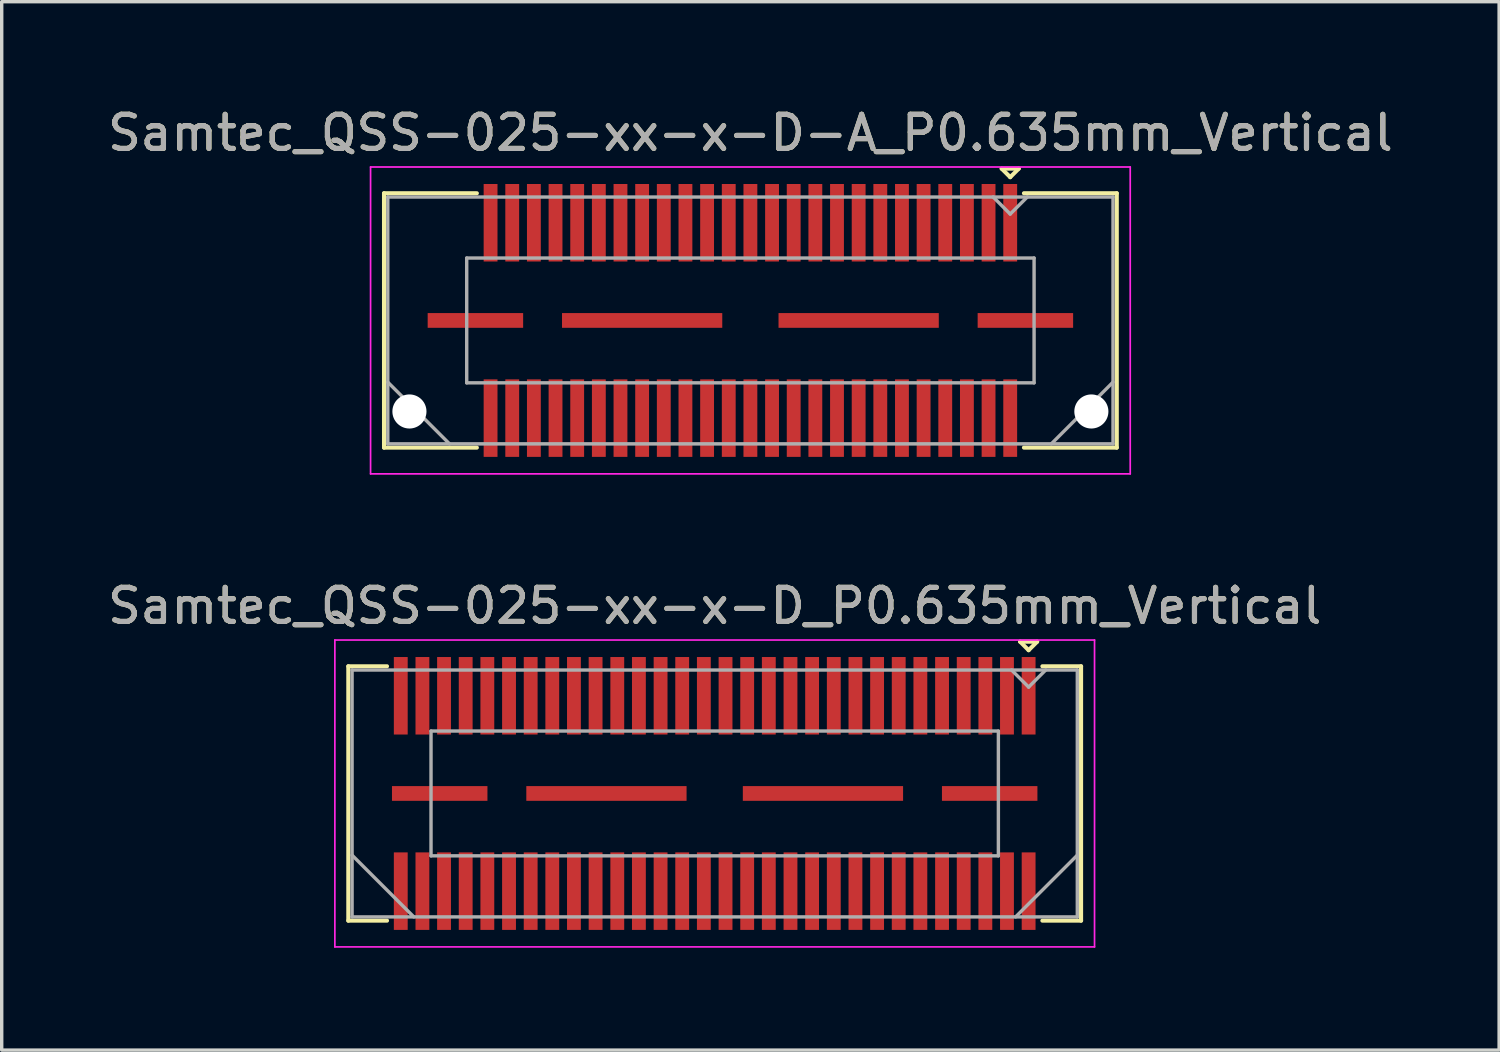
<source format=kicad_pcb>
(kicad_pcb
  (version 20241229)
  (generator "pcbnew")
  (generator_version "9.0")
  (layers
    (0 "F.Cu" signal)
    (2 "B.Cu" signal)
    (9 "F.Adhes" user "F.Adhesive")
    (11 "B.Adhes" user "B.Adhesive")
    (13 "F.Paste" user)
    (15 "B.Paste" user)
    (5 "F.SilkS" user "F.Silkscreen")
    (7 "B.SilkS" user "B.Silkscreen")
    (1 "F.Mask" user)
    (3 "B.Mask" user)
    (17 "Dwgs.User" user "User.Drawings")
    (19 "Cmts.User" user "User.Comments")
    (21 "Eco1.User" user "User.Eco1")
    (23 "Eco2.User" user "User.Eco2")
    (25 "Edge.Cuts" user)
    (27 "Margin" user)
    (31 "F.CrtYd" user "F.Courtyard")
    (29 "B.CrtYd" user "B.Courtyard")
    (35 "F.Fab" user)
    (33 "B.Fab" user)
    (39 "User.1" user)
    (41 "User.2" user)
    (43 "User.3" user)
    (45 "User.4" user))
  (footprint "Samtec_QSS-025-xx-x-D_P0.635mm_Vertical"
    (layer "F.Cu")
    (at 17.911 20.221)
    (property "Reference" "Samtec_QSS-025-xx-x-D_P0.635mm_Vertical" (at 0 -5.5 0) (layer "F.SilkS") (effects (font (size 1 1) (thickness 0.15))))
    (attr smd)
    (fp_line (start -10.745 -3.73) (end -9.611 -3.73) (stroke (width 0.12) (type solid)) (layer "F.SilkS"))
    (fp_line (start -10.745 3.73) (end -10.745 -3.73) (stroke (width 0.12) (type solid)) (layer "F.SilkS"))
    (fp_line (start -9.611 3.73) (end -10.745 3.73) (stroke (width 0.12) (type solid)) (layer "F.SilkS"))
    (fp_line (start 8.957 -4.452) (end 9.457 -4.452) (stroke (width 0.12) (type solid)) (layer "F.SilkS"))
    (fp_line (start 9.207 -4.202) (end 8.957 -4.452) (stroke (width 0.12) (type solid)) (layer "F.SilkS"))
    (fp_line (start 9.457 -4.452) (end 9.207 -4.202) (stroke (width 0.12) (type solid)) (layer "F.SilkS"))
    (fp_line (start 9.611 3.73) (end 10.745 3.73) (stroke (width 0.12) (type solid)) (layer "F.SilkS"))
    (fp_line (start 10.745 -3.73) (end 9.611 -3.73) (stroke (width 0.12) (type solid)) (layer "F.SilkS"))
    (fp_line (start 10.745 3.73) (end 10.745 -3.73) (stroke (width 0.12) (type solid)) (layer "F.SilkS"))
    (fp_line (start -11.14 -4.5) (end -11.14 4.5) (stroke (width 0.05) (type solid)) (layer "F.CrtYd"))
    (fp_line (start -11.14 4.5) (end 11.14 4.5) (stroke (width 0.05) (type solid)) (layer "F.CrtYd"))
    (fp_line (start 11.14 -4.5) (end -11.14 -4.5) (stroke (width 0.05) (type solid)) (layer "F.CrtYd"))
    (fp_line (start 11.14 4.5) (end 11.14 -4.5) (stroke (width 0.05) (type solid)) (layer "F.CrtYd"))
    (fp_line (start -10.635 -3.62) (end -10.635 3.62) (stroke (width 0.1) (type solid)) (layer "F.Fab"))
    (fp_line (start -10.635 1.81) (end -8.825 3.62) (stroke (width 0.1) (type solid)) (layer "F.Fab"))
    (fp_line (start -10.635 3.62) (end 10.635 3.62) (stroke (width 0.1) (type solid)) (layer "F.Fab"))
    (fp_line (start -8.32 -1.83) (end -8.32 1.83) (stroke (width 0.1) (type solid)) (layer "F.Fab"))
    (fp_line (start -8.32 1.83) (end 8.32 1.83) (stroke (width 0.1) (type solid)) (layer "F.Fab"))
    (fp_line (start 8.32 -1.83) (end -8.32 -1.83) (stroke (width 0.1) (type solid)) (layer "F.Fab"))
    (fp_line (start 8.32 1.83) (end 8.32 -1.83) (stroke (width 0.1) (type solid)) (layer "F.Fab"))
    (fp_line (start 9.207 -3.12) (end 8.707 -3.62) (stroke (width 0.1) (type solid)) (layer "F.Fab"))
    (fp_line (start 9.707 -3.62) (end 9.207 -3.12) (stroke (width 0.1) (type solid)) (layer "F.Fab"))
    (fp_line (start 10.635 -3.62) (end -10.635 -3.62) (stroke (width 0.1) (type solid)) (layer "F.Fab"))
    (fp_line (start 10.635 1.81) (end 8.825 3.62) (stroke (width 0.1) (type solid)) (layer "F.Fab"))
    (fp_line (start 10.635 3.62) (end 10.635 -3.62) (stroke (width 0.1) (type solid)) (layer "F.Fab"))
    (fp_text user "${REFERENCE}" (at 0 -5.5 0) (layer "F.Fab") (effects (font (size 1 1) (thickness 0.15))))
    (pad "1" smd rect (at 9.207 -2.865) (size 0.406 2.273) (layers "F.Cu" "F.Mask" "F.Paste"))
    (pad "2" smd rect (at 9.207 2.865) (size 0.406 2.273) (layers "F.Cu" "F.Mask" "F.Paste"))
    (pad "3" smd rect (at 8.572 -2.865) (size 0.406 2.273) (layers "F.Cu" "F.Mask" "F.Paste"))
    (pad "4" smd rect (at 8.572 2.865) (size 0.406 2.273) (layers "F.Cu" "F.Mask" "F.Paste"))
    (pad "5" smd rect (at 7.938 -2.865) (size 0.406 2.273) (layers "F.Cu" "F.Mask" "F.Paste"))
    (pad "6" smd rect (at 7.938 2.865) (size 0.406 2.273) (layers "F.Cu" "F.Mask" "F.Paste"))
    (pad "7" smd rect (at 7.303 -2.865) (size 0.406 2.273) (layers "F.Cu" "F.Mask" "F.Paste"))
    (pad "8" smd rect (at 7.303 2.865) (size 0.406 2.273) (layers "F.Cu" "F.Mask" "F.Paste"))
    (pad "9" smd rect (at 6.668 -2.865) (size 0.406 2.273) (layers "F.Cu" "F.Mask" "F.Paste"))
    (pad "10" smd rect (at 6.668 2.865) (size 0.406 2.273) (layers "F.Cu" "F.Mask" "F.Paste"))
    (pad "11" smd rect (at 6.032 -2.865) (size 0.406 2.273) (layers "F.Cu" "F.Mask" "F.Paste"))
    (pad "12" smd rect (at 6.032 2.865) (size 0.406 2.273) (layers "F.Cu" "F.Mask" "F.Paste"))
    (pad "13" smd rect (at 5.397 -2.865) (size 0.406 2.273) (layers "F.Cu" "F.Mask" "F.Paste"))
    (pad "14" smd rect (at 5.397 2.865) (size 0.406 2.273) (layers "F.Cu" "F.Mask" "F.Paste"))
    (pad "15" smd rect (at 4.763 -2.865) (size 0.406 2.273) (layers "F.Cu" "F.Mask" "F.Paste"))
    (pad "16" smd rect (at 4.763 2.865) (size 0.406 2.273) (layers "F.Cu" "F.Mask" "F.Paste"))
    (pad "17" smd rect (at 4.128 -2.865) (size 0.406 2.273) (layers "F.Cu" "F.Mask" "F.Paste"))
    (pad "18" smd rect (at 4.128 2.865) (size 0.406 2.273) (layers "F.Cu" "F.Mask" "F.Paste"))
    (pad "19" smd rect (at 3.493 -2.865) (size 0.406 2.273) (layers "F.Cu" "F.Mask" "F.Paste"))
    (pad "20" smd rect (at 3.493 2.865) (size 0.406 2.273) (layers "F.Cu" "F.Mask" "F.Paste"))
    (pad "21" smd rect (at 2.857 -2.865) (size 0.406 2.273) (layers "F.Cu" "F.Mask" "F.Paste"))
    (pad "22" smd rect (at 2.857 2.865) (size 0.406 2.273) (layers "F.Cu" "F.Mask" "F.Paste"))
    (pad "23" smd rect (at 2.223 -2.865) (size 0.406 2.273) (layers "F.Cu" "F.Mask" "F.Paste"))
    (pad "24" smd rect (at 2.223 2.865) (size 0.406 2.273) (layers "F.Cu" "F.Mask" "F.Paste"))
    (pad "25" smd rect (at 1.587 -2.865) (size 0.406 2.273) (layers "F.Cu" "F.Mask" "F.Paste"))
    (pad "26" smd rect (at 1.587 2.865) (size 0.406 2.273) (layers "F.Cu" "F.Mask" "F.Paste"))
    (pad "27" smd rect (at 0.953 -2.865) (size 0.406 2.273) (layers "F.Cu" "F.Mask" "F.Paste"))
    (pad "28" smd rect (at 0.953 2.865) (size 0.406 2.273) (layers "F.Cu" "F.Mask" "F.Paste"))
    (pad "29" smd rect (at 0.318 -2.865) (size 0.406 2.273) (layers "F.Cu" "F.Mask" "F.Paste"))
    (pad "30" smd rect (at 0.318 2.865) (size 0.406 2.273) (layers "F.Cu" "F.Mask" "F.Paste"))
    (pad "31" smd rect (at -0.318 -2.865) (size 0.406 2.273) (layers "F.Cu" "F.Mask" "F.Paste"))
    (pad "32" smd rect (at -0.318 2.865) (size 0.406 2.273) (layers "F.Cu" "F.Mask" "F.Paste"))
    (pad "33" smd rect (at -0.953 -2.865) (size 0.406 2.273) (layers "F.Cu" "F.Mask" "F.Paste"))
    (pad "34" smd rect (at -0.953 2.865) (size 0.406 2.273) (layers "F.Cu" "F.Mask" "F.Paste"))
    (pad "35" smd rect (at -1.587 -2.865) (size 0.406 2.273) (layers "F.Cu" "F.Mask" "F.Paste"))
    (pad "36" smd rect (at -1.587 2.865) (size 0.406 2.273) (layers "F.Cu" "F.Mask" "F.Paste"))
    (pad "37" smd rect (at -2.223 -2.865) (size 0.406 2.273) (layers "F.Cu" "F.Mask" "F.Paste"))
    (pad "38" smd rect (at -2.223 2.865) (size 0.406 2.273) (layers "F.Cu" "F.Mask" "F.Paste"))
    (pad "39" smd rect (at -2.857 -2.865) (size 0.406 2.273) (layers "F.Cu" "F.Mask" "F.Paste"))
    (pad "40" smd rect (at -2.857 2.865) (size 0.406 2.273) (layers "F.Cu" "F.Mask" "F.Paste"))
    (pad "41" smd rect (at -3.493 -2.865) (size 0.406 2.273) (layers "F.Cu" "F.Mask" "F.Paste"))
    (pad "42" smd rect (at -3.493 2.865) (size 0.406 2.273) (layers "F.Cu" "F.Mask" "F.Paste"))
    (pad "43" smd rect (at -4.128 -2.865) (size 0.406 2.273) (layers "F.Cu" "F.Mask" "F.Paste"))
    (pad "44" smd rect (at -4.128 2.865) (size 0.406 2.273) (layers "F.Cu" "F.Mask" "F.Paste"))
    (pad "45" smd rect (at -4.763 -2.865) (size 0.406 2.273) (layers "F.Cu" "F.Mask" "F.Paste"))
    (pad "46" smd rect (at -4.763 2.865) (size 0.406 2.273) (layers "F.Cu" "F.Mask" "F.Paste"))
    (pad "47" smd rect (at -5.397 -2.865) (size 0.406 2.273) (layers "F.Cu" "F.Mask" "F.Paste"))
    (pad "48" smd rect (at -5.397 2.865) (size 0.406 2.273) (layers "F.Cu" "F.Mask" "F.Paste"))
    (pad "49" smd rect (at -6.032 -2.865) (size 0.406 2.273) (layers "F.Cu" "F.Mask" "F.Paste"))
    (pad "50" smd rect (at -6.032 2.865) (size 0.406 2.273) (layers "F.Cu" "F.Mask" "F.Paste"))
    (pad "51" smd rect (at -6.668 -2.865) (size 0.406 2.273) (layers "F.Cu" "F.Mask" "F.Paste"))
    (pad "52" smd rect (at -6.668 2.865) (size 0.406 2.273) (layers "F.Cu" "F.Mask" "F.Paste"))
    (pad "53" smd rect (at -7.303 -2.865) (size 0.406 2.273) (layers "F.Cu" "F.Mask" "F.Paste"))
    (pad "54" smd rect (at -7.303 2.865) (size 0.406 2.273) (layers "F.Cu" "F.Mask" "F.Paste"))
    (pad "55" smd rect (at -7.938 -2.865) (size 0.406 2.273) (layers "F.Cu" "F.Mask" "F.Paste"))
    (pad "56" smd rect (at -7.938 2.865) (size 0.406 2.273) (layers "F.Cu" "F.Mask" "F.Paste"))
    (pad "57" smd rect (at -8.572 -2.865) (size 0.406 2.273) (layers "F.Cu" "F.Mask" "F.Paste"))
    (pad "58" smd rect (at -8.572 2.865) (size 0.406 2.273) (layers "F.Cu" "F.Mask" "F.Paste"))
    (pad "59" smd rect (at -9.207 -2.865) (size 0.406 2.273) (layers "F.Cu" "F.Mask" "F.Paste"))
    (pad "60" smd rect (at -9.207 2.865) (size 0.406 2.273) (layers "F.Cu" "F.Mask" "F.Paste"))
    (pad "P1" smd rect (at -8.065 0) (size 2.8 0.432) (layers "F.Cu" "F.Mask" "F.Paste"))
    (pad "P1" smd rect (at -3.175 0) (size 4.7 0.432) (layers "F.Cu" "F.Mask" "F.Paste"))
    (pad "P1" smd rect (at 3.175 0) (size 4.7 0.432) (layers "F.Cu" "F.Mask" "F.Paste"))
    (pad "P1" smd rect (at 8.065 0) (size 2.8 0.432) (layers "F.Cu" "F.Mask" "F.Paste")))
  (footprint "Samtec_QSS-025-xx-x-D-A_P0.635mm_Vertical"
    (layer "F.Cu")
    (at 18.958 6.348)
    (property "Reference" "Samtec_QSS-025-xx-x-D-A_P0.635mm_Vertical" (at 0 -5.5 0) (layer "F.SilkS") (effects (font (size 1 1) (thickness 0.15))))
    (attr smd)
    (fp_line (start -10.745 -3.73) (end -8.023 -3.73) (stroke (width 0.12) (type solid)) (layer "F.SilkS"))
    (fp_line (start -10.745 3.73) (end -10.745 -3.73) (stroke (width 0.12) (type solid)) (layer "F.SilkS"))
    (fp_line (start -8.023 3.73) (end -10.745 3.73) (stroke (width 0.12) (type solid)) (layer "F.SilkS"))
    (fp_line (start 7.37 -4.452) (end 7.87 -4.452) (stroke (width 0.12) (type solid)) (layer "F.SilkS"))
    (fp_line (start 7.62 -4.202) (end 7.37 -4.452) (stroke (width 0.12) (type solid)) (layer "F.SilkS"))
    (fp_line (start 7.87 -4.452) (end 7.62 -4.202) (stroke (width 0.12) (type solid)) (layer "F.SilkS"))
    (fp_line (start 8.023 3.73) (end 10.745 3.73) (stroke (width 0.12) (type solid)) (layer "F.SilkS"))
    (fp_line (start 10.745 -3.73) (end 8.023 -3.73) (stroke (width 0.12) (type solid)) (layer "F.SilkS"))
    (fp_line (start 10.745 3.73) (end 10.745 -3.73) (stroke (width 0.12) (type solid)) (layer "F.SilkS"))
    (fp_line (start -11.14 -4.5) (end -11.14 4.5) (stroke (width 0.05) (type solid)) (layer "F.CrtYd"))
    (fp_line (start -11.14 4.5) (end 11.14 4.5) (stroke (width 0.05) (type solid)) (layer "F.CrtYd"))
    (fp_line (start 11.14 -4.5) (end -11.14 -4.5) (stroke (width 0.05) (type solid)) (layer "F.CrtYd"))
    (fp_line (start 11.14 4.5) (end 11.14 -4.5) (stroke (width 0.05) (type solid)) (layer "F.CrtYd"))
    (fp_line (start -10.635 -3.62) (end -10.635 3.62) (stroke (width 0.1) (type solid)) (layer "F.Fab"))
    (fp_line (start -10.635 1.81) (end -8.825 3.62) (stroke (width 0.1) (type solid)) (layer "F.Fab"))
    (fp_line (start -10.635 3.62) (end 10.635 3.62) (stroke (width 0.1) (type solid)) (layer "F.Fab"))
    (fp_line (start -8.32 -1.83) (end -8.32 1.83) (stroke (width 0.1) (type solid)) (layer "F.Fab"))
    (fp_line (start -8.32 1.83) (end 8.32 1.83) (stroke (width 0.1) (type solid)) (layer "F.Fab"))
    (fp_line (start 7.62 -3.12) (end 7.12 -3.62) (stroke (width 0.1) (type solid)) (layer "F.Fab"))
    (fp_line (start 8.12 -3.62) (end 7.62 -3.12) (stroke (width 0.1) (type solid)) (layer "F.Fab"))
    (fp_line (start 8.32 -1.83) (end -8.32 -1.83) (stroke (width 0.1) (type solid)) (layer "F.Fab"))
    (fp_line (start 8.32 1.83) (end 8.32 -1.83) (stroke (width 0.1) (type solid)) (layer "F.Fab"))
    (fp_line (start 10.635 -3.62) (end -10.635 -3.62) (stroke (width 0.1) (type solid)) (layer "F.Fab"))
    (fp_line (start 10.635 1.81) (end 8.825 3.62) (stroke (width 0.1) (type solid)) (layer "F.Fab"))
    (fp_line (start 10.635 3.62) (end 10.635 -3.62) (stroke (width 0.1) (type solid)) (layer "F.Fab"))
    (fp_text user "${REFERENCE}" (at 0 -5.5 0) (layer "F.Fab") (effects (font (size 1 1) (thickness 0.15))))
    (pad "" np_thru_hole circle (at -10 2.67) (size 1 1) (drill 1) (layers "*.Cu" "*.Mask"))
    (pad "" np_thru_hole circle (at 10 2.67) (size 1 1) (drill 1) (layers "*.Cu" "*.Mask"))
    (pad "1" smd rect (at 7.62 -2.865) (size 0.406 2.273) (layers "F.Cu" "F.Mask" "F.Paste"))
    (pad "2" smd rect (at 7.62 2.865) (size 0.406 2.273) (layers "F.Cu" "F.Mask" "F.Paste"))
    (pad "3" smd rect (at 6.985 -2.865) (size 0.406 2.273) (layers "F.Cu" "F.Mask" "F.Paste"))
    (pad "4" smd rect (at 6.985 2.865) (size 0.406 2.273) (layers "F.Cu" "F.Mask" "F.Paste"))
    (pad "5" smd rect (at 6.35 -2.865) (size 0.406 2.273) (layers "F.Cu" "F.Mask" "F.Paste"))
    (pad "6" smd rect (at 6.35 2.865) (size 0.406 2.273) (layers "F.Cu" "F.Mask" "F.Paste"))
    (pad "7" smd rect (at 5.715 -2.865) (size 0.406 2.273) (layers "F.Cu" "F.Mask" "F.Paste"))
    (pad "8" smd rect (at 5.715 2.865) (size 0.406 2.273) (layers "F.Cu" "F.Mask" "F.Paste"))
    (pad "9" smd rect (at 5.08 -2.865) (size 0.406 2.273) (layers "F.Cu" "F.Mask" "F.Paste"))
    (pad "10" smd rect (at 5.08 2.865) (size 0.406 2.273) (layers "F.Cu" "F.Mask" "F.Paste"))
    (pad "11" smd rect (at 4.445 -2.865) (size 0.406 2.273) (layers "F.Cu" "F.Mask" "F.Paste"))
    (pad "12" smd rect (at 4.445 2.865) (size 0.406 2.273) (layers "F.Cu" "F.Mask" "F.Paste"))
    (pad "13" smd rect (at 3.81 -2.865) (size 0.406 2.273) (layers "F.Cu" "F.Mask" "F.Paste"))
    (pad "14" smd rect (at 3.81 2.865) (size 0.406 2.273) (layers "F.Cu" "F.Mask" "F.Paste"))
    (pad "15" smd rect (at 3.175 -2.865) (size 0.406 2.273) (layers "F.Cu" "F.Mask" "F.Paste"))
    (pad "16" smd rect (at 3.175 2.865) (size 0.406 2.273) (layers "F.Cu" "F.Mask" "F.Paste"))
    (pad "17" smd rect (at 2.54 -2.865) (size 0.406 2.273) (layers "F.Cu" "F.Mask" "F.Paste"))
    (pad "18" smd rect (at 2.54 2.865) (size 0.406 2.273) (layers "F.Cu" "F.Mask" "F.Paste"))
    (pad "19" smd rect (at 1.905 -2.865) (size 0.406 2.273) (layers "F.Cu" "F.Mask" "F.Paste"))
    (pad "20" smd rect (at 1.905 2.865) (size 0.406 2.273) (layers "F.Cu" "F.Mask" "F.Paste"))
    (pad "21" smd rect (at 1.27 -2.865) (size 0.406 2.273) (layers "F.Cu" "F.Mask" "F.Paste"))
    (pad "22" smd rect (at 1.27 2.865) (size 0.406 2.273) (layers "F.Cu" "F.Mask" "F.Paste"))
    (pad "23" smd rect (at 0.635 -2.865) (size 0.406 2.273) (layers "F.Cu" "F.Mask" "F.Paste"))
    (pad "24" smd rect (at 0.635 2.865) (size 0.406 2.273) (layers "F.Cu" "F.Mask" "F.Paste"))
    (pad "25" smd rect (at 0 -2.865) (size 0.406 2.273) (layers "F.Cu" "F.Mask" "F.Paste"))
    (pad "26" smd rect (at 0 2.865) (size 0.406 2.273) (layers "F.Cu" "F.Mask" "F.Paste"))
    (pad "27" smd rect (at -0.635 -2.865) (size 0.406 2.273) (layers "F.Cu" "F.Mask" "F.Paste"))
    (pad "28" smd rect (at -0.635 2.865) (size 0.406 2.273) (layers "F.Cu" "F.Mask" "F.Paste"))
    (pad "29" smd rect (at -1.27 -2.865) (size 0.406 2.273) (layers "F.Cu" "F.Mask" "F.Paste"))
    (pad "30" smd rect (at -1.27 2.865) (size 0.406 2.273) (layers "F.Cu" "F.Mask" "F.Paste"))
    (pad "31" smd rect (at -1.905 -2.865) (size 0.406 2.273) (layers "F.Cu" "F.Mask" "F.Paste"))
    (pad "32" smd rect (at -1.905 2.865) (size 0.406 2.273) (layers "F.Cu" "F.Mask" "F.Paste"))
    (pad "33" smd rect (at -2.54 -2.865) (size 0.406 2.273) (layers "F.Cu" "F.Mask" "F.Paste"))
    (pad "34" smd rect (at -2.54 2.865) (size 0.406 2.273) (layers "F.Cu" "F.Mask" "F.Paste"))
    (pad "35" smd rect (at -3.175 -2.865) (size 0.406 2.273) (layers "F.Cu" "F.Mask" "F.Paste"))
    (pad "36" smd rect (at -3.175 2.865) (size 0.406 2.273) (layers "F.Cu" "F.Mask" "F.Paste"))
    (pad "37" smd rect (at -3.81 -2.865) (size 0.406 2.273) (layers "F.Cu" "F.Mask" "F.Paste"))
    (pad "38" smd rect (at -3.81 2.865) (size 0.406 2.273) (layers "F.Cu" "F.Mask" "F.Paste"))
    (pad "39" smd rect (at -4.445 -2.865) (size 0.406 2.273) (layers "F.Cu" "F.Mask" "F.Paste"))
    (pad "40" smd rect (at -4.445 2.865) (size 0.406 2.273) (layers "F.Cu" "F.Mask" "F.Paste"))
    (pad "41" smd rect (at -5.08 -2.865) (size 0.406 2.273) (layers "F.Cu" "F.Mask" "F.Paste"))
    (pad "42" smd rect (at -5.08 2.865) (size 0.406 2.273) (layers "F.Cu" "F.Mask" "F.Paste"))
    (pad "43" smd rect (at -5.715 -2.865) (size 0.406 2.273) (layers "F.Cu" "F.Mask" "F.Paste"))
    (pad "44" smd rect (at -5.715 2.865) (size 0.406 2.273) (layers "F.Cu" "F.Mask" "F.Paste"))
    (pad "45" smd rect (at -6.35 -2.865) (size 0.406 2.273) (layers "F.Cu" "F.Mask" "F.Paste"))
    (pad "46" smd rect (at -6.35 2.865) (size 0.406 2.273) (layers "F.Cu" "F.Mask" "F.Paste"))
    (pad "47" smd rect (at -6.985 -2.865) (size 0.406 2.273) (layers "F.Cu" "F.Mask" "F.Paste"))
    (pad "48" smd rect (at -6.985 2.865) (size 0.406 2.273) (layers "F.Cu" "F.Mask" "F.Paste"))
    (pad "49" smd rect (at -7.62 -2.865) (size 0.406 2.273) (layers "F.Cu" "F.Mask" "F.Paste"))
    (pad "50" smd rect (at -7.62 2.865) (size 0.406 2.273) (layers "F.Cu" "F.Mask" "F.Paste"))
    (pad "P1" smd rect (at -8.065 0) (size 2.8 0.432) (layers "F.Cu" "F.Mask" "F.Paste"))
    (pad "P1" smd rect (at -3.175 0) (size 4.7 0.432) (layers "F.Cu" "F.Mask" "F.Paste"))
    (pad "P1" smd rect (at 3.175 0) (size 4.7 0.432) (layers "F.Cu" "F.Mask" "F.Paste"))
    (pad "P1" smd rect (at 8.065 0) (size 2.8 0.432) (layers "F.Cu" "F.Mask" "F.Paste")))
  (gr_rect
    (start -3 -3)
    (end 40.917 27.747)
    (stroke (width 0.1) (type default))
    (fill no)
    (layer "Edge.Cuts")))
</source>
